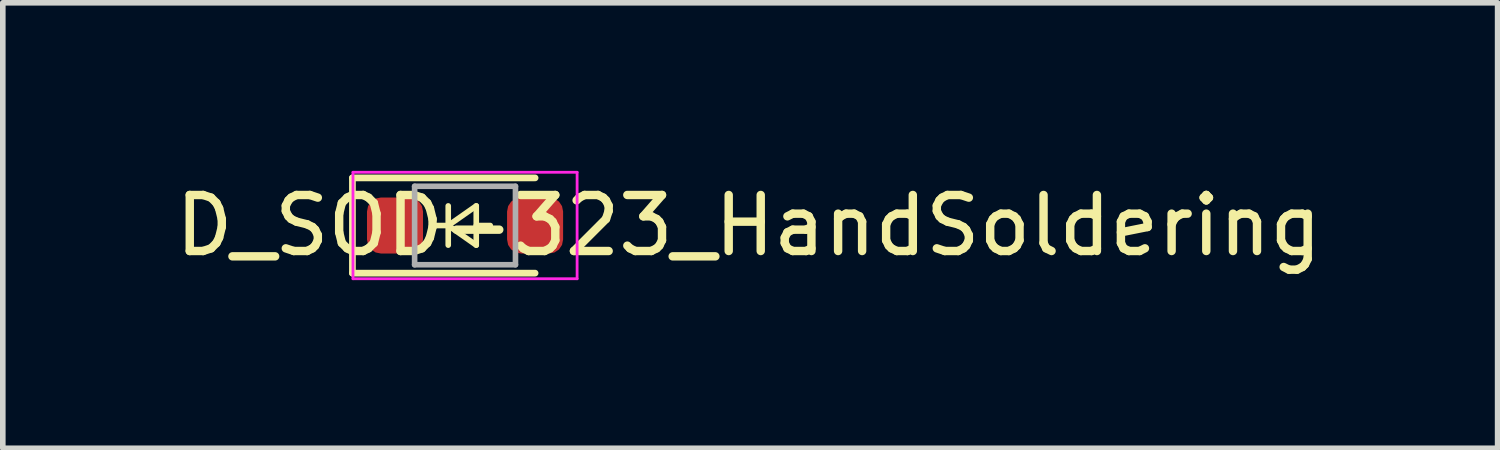
<source format=kicad_pcb>
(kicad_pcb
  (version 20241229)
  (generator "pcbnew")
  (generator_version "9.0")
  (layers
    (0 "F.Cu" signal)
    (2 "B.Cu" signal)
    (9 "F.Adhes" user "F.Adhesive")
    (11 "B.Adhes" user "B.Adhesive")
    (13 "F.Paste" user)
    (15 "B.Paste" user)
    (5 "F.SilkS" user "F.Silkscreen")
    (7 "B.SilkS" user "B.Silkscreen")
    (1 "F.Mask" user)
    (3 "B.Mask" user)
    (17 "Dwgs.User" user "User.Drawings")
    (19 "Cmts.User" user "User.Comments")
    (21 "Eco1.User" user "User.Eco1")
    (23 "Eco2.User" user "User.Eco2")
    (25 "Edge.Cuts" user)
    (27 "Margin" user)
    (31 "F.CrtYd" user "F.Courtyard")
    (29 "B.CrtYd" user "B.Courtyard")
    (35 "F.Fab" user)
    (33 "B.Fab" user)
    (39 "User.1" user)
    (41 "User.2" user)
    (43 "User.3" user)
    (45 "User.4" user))
  (footprint "D_SOD-323_HandSoldering"
    (layer "F.Cu")
    (at 5.25 0.975)
    (property "Reference" "D_SOD-323_HandSoldering" (at -5.25 0 0) (layer "F.SilkS") (effects (font (size 1 1) (thickness 0.15)) (justify left)))
    (attr smd)
    (fp_line (start -2.01 -0.85) (end -2.01 0.85) (stroke (width 0.12) (type solid)) (layer "F.SilkS"))
    (fp_line (start -2.01 -0.85) (end 1.25 -0.85) (stroke (width 0.12) (type solid)) (layer "F.SilkS"))
    (fp_line (start -2.01 0.85) (end 1.25 0.85) (stroke (width 0.12) (type solid)) (layer "F.SilkS"))
    (fp_line (start -0.3 -0.35) (end -0.3 0.35) (stroke (width 0.1) (type solid)) (layer "F.SilkS"))
    (fp_line (start -0.3 0) (end -0.5 0) (stroke (width 0.1) (type solid)) (layer "F.SilkS"))
    (fp_line (start -0.3 0) (end 0.2 -0.35) (stroke (width 0.1) (type solid)) (layer "F.SilkS"))
    (fp_line (start 0.2 -0.35) (end 0.2 0.35) (stroke (width 0.1) (type solid)) (layer "F.SilkS"))
    (fp_line (start 0.2 0) (end 0.45 0) (stroke (width 0.1) (type solid)) (layer "F.SilkS"))
    (fp_line (start 0.2 0.35) (end -0.3 0) (stroke (width 0.1) (type solid)) (layer "F.SilkS"))
    (fp_line (start -2 -0.95) (end -2 0.95) (stroke (width 0.05) (type solid)) (layer "F.CrtYd"))
    (fp_line (start -2 -0.95) (end 2 -0.95) (stroke (width 0.05) (type solid)) (layer "F.CrtYd"))
    (fp_line (start -2 0.95) (end 2 0.95) (stroke (width 0.05) (type solid)) (layer "F.CrtYd"))
    (fp_line (start 2 -0.95) (end 2 0.95) (stroke (width 0.05) (type solid)) (layer "F.CrtYd"))
    (fp_line (start -0.9 -0.7) (end 0.9 -0.7) (stroke (width 0.1) (type solid)) (layer "F.Fab"))
    (fp_line (start -0.9 0.7) (end -0.9 -0.7) (stroke (width 0.1) (type solid)) (layer "F.Fab"))
    (fp_line (start 0.9 -0.7) (end 0.9 0.7) (stroke (width 0.1) (type solid)) (layer "F.Fab"))
    (fp_line (start 0.9 0.7) (end -0.9 0.7) (stroke (width 0.1) (type solid)) (layer "F.Fab"))
    (pad "1" smd roundrect (at -1.25 0) (size 1 1) (layers "F.Cu" "F.Mask" "F.Paste") (roundrect_rratio 0.25))
    (pad "2" smd roundrect (at 1.25 0) (size 1 1) (layers "F.Cu" "F.Mask" "F.Paste") (roundrect_rratio 0.25)))
  (gr_rect
    (start -3 -3)
    (end 23.679 4.95)
    (stroke (width 0.1) (type default))
    (fill no)
    (layer "Edge.Cuts")))
</source>
